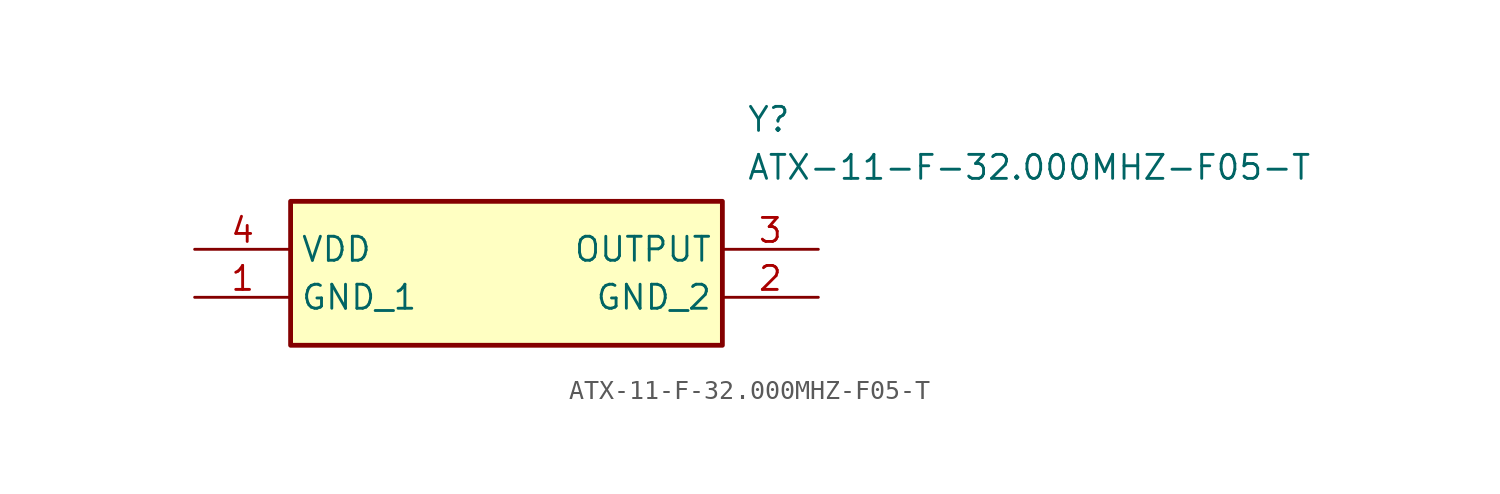
<source format=kicad_sym>
(kicad_symbol_lib
  (version 20211014)
  (generator SamacSys_ECAD_Model)
  (symbol "ATX-11-F-32.000MHZ-F05-T"
    (property "Reference" "Y"
      (at 29.21 7.62 0)
      (effects (font (size 1.27 1.27)) (justify left top)))
    (property "Value" "ATX-11-F-32.000MHZ-F05-T"
      (at 29.21 5.08 0)
      (effects (font (size 1.27 1.27)) (justify left top)))
    (rectangle
      (start 5.08 2.54)
      (end 27.94 -5.08)
      (stroke (width 0.254) (type default))
      (fill (type background)))
    (pin passive line
      (at 0 -2.54 0)
      (length 5.08)
      (name "GND_1" (effects (font (size 1.27 1.27))))
      (number "1" (effects (font (size 1.27 1.27)))))
    (pin passive line
      (at 33.02 -2.54 180)
      (length 5.08)
      (name "GND_2" (effects (font (size 1.27 1.27))))
      (number "2" (effects (font (size 1.27 1.27)))))
    (pin passive line
      (at 33.02 0 180)
      (length 5.08)
      (name "OUTPUT" (effects (font (size 1.27 1.27))))
      (number "3" (effects (font (size 1.27 1.27)))))
    (pin passive line
      (at 0 0 0)
      (length 5.08)
      (name "VDD" (effects (font (size 1.27 1.27))))
      (number "4" (effects (font (size 1.27 1.27)))))))
</source>
